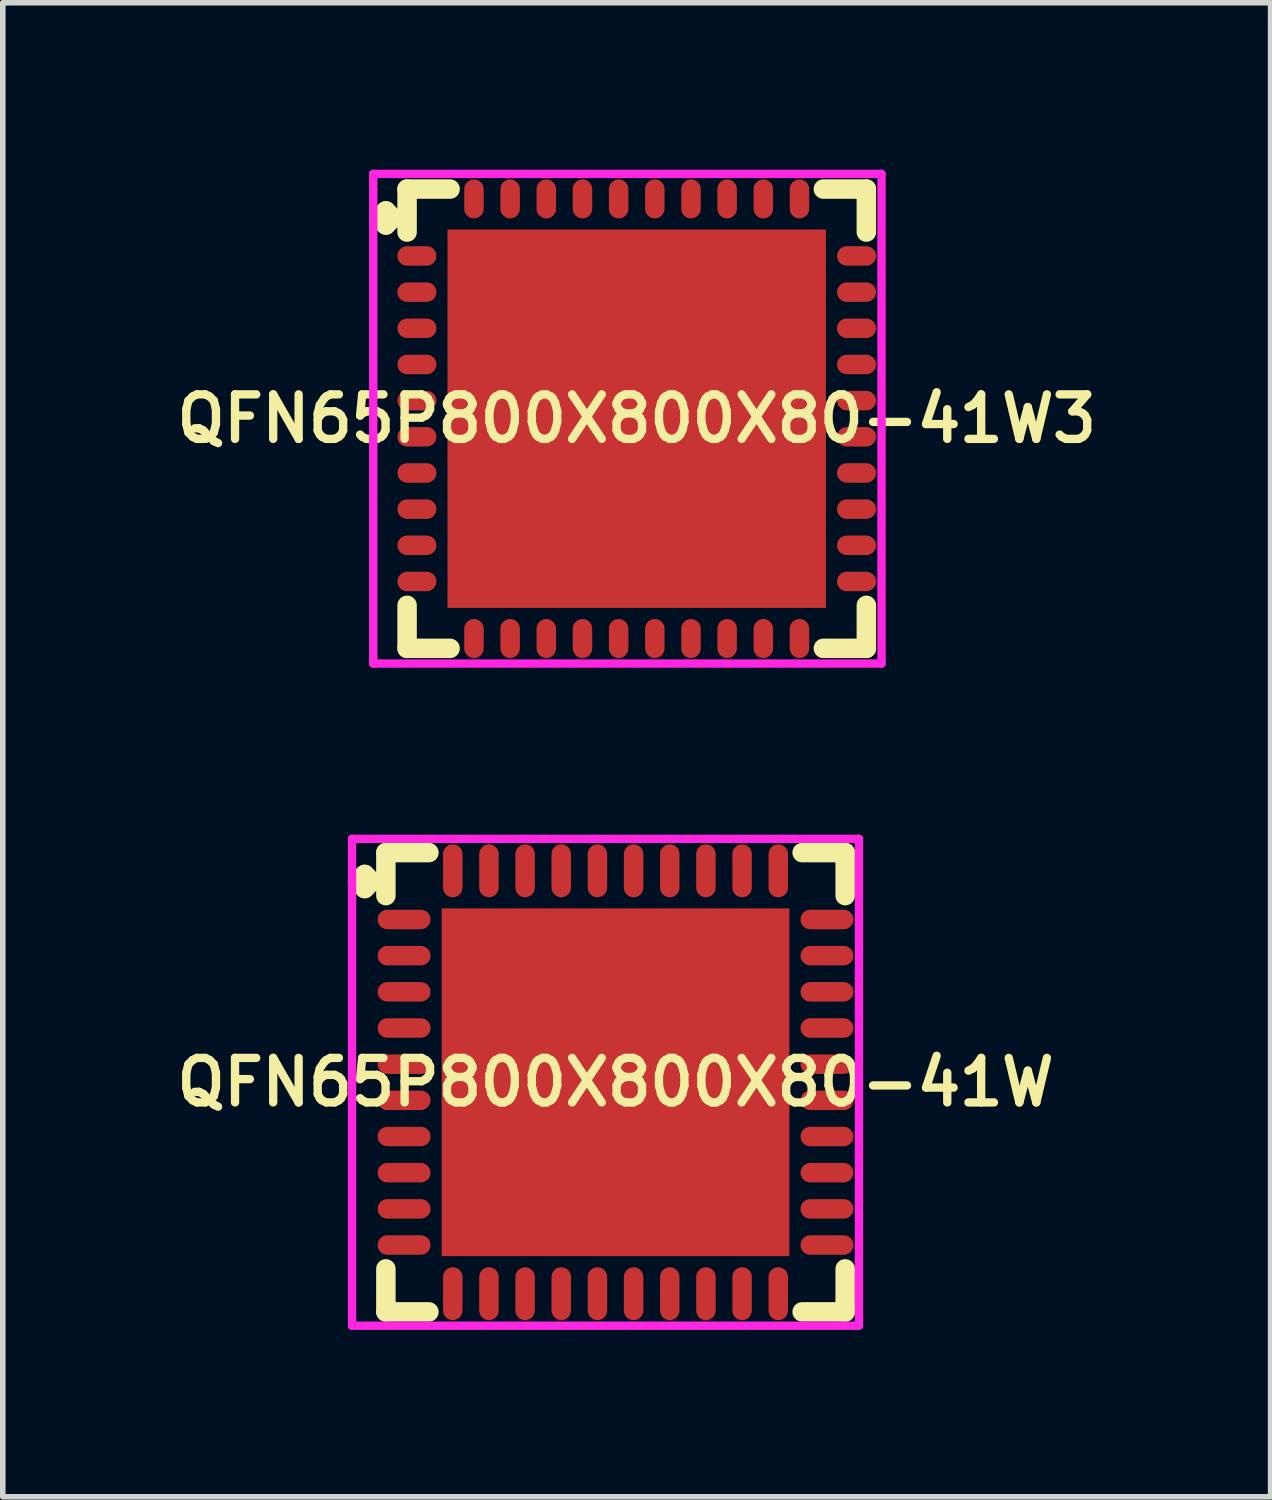
<source format=kicad_pcb>
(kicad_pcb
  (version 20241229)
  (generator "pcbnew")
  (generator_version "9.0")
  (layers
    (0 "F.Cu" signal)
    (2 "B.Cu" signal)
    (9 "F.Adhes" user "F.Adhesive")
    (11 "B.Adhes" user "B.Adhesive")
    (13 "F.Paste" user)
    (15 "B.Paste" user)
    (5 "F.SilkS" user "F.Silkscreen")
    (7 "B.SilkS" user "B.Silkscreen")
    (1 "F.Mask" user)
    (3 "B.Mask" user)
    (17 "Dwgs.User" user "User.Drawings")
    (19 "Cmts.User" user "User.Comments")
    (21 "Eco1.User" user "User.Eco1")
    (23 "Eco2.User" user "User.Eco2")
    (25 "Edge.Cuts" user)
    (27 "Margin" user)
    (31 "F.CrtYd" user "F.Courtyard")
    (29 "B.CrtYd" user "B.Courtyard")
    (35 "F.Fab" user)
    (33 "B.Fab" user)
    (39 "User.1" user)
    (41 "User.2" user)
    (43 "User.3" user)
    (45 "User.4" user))
  (footprint "QFN65P800X800X80-41W"
    (layer "F.Cu")
    (at 8.012 16.4)
    (property "Reference" "QFN65P800X800X80-41W" (at 0 0 0) (layer "F.SilkS") (effects (font (size 0.8 0.8) (thickness 0.15))))
    (attr smd)
    (fp_line (start -4.635 -3.608) (end -4.508 -3.735) (stroke (width 0.35) (type solid)) (layer "F.SilkS"))
    (fp_line (start -4.508 -3.735) (end -4.381 -3.608) (stroke (width 0.35) (type solid)) (layer "F.SilkS"))
    (fp_line (start -4.508 -3.481) (end -4.635 -3.608) (stroke (width 0.35) (type solid)) (layer "F.SilkS"))
    (fp_line (start -4.381 -3.608) (end -4.508 -3.481) (stroke (width 0.35) (type solid)) (layer "F.SilkS"))
    (fp_line (start -4.127 -4.127) (end -3.354 -4.127) (stroke (width 0.35) (type solid)) (layer "F.SilkS"))
    (fp_line (start -4.127 -3.354) (end -4.127 -4.127) (stroke (width 0.35) (type solid)) (layer "F.SilkS"))
    (fp_line (start -4.127 3.354) (end -4.127 4.127) (stroke (width 0.35) (type solid)) (layer "F.SilkS"))
    (fp_line (start -4.127 4.127) (end -3.354 4.127) (stroke (width 0.35) (type solid)) (layer "F.SilkS"))
    (fp_line (start 3.354 -4.127) (end 4.127 -4.127) (stroke (width 0.35) (type solid)) (layer "F.SilkS"))
    (fp_line (start 3.354 4.127) (end 4.127 4.127) (stroke (width 0.35) (type solid)) (layer "F.SilkS"))
    (fp_line (start 4.127 -4.127) (end 4.127 -3.354) (stroke (width 0.35) (type solid)) (layer "F.SilkS"))
    (fp_line (start 4.127 4.127) (end 4.127 3.354) (stroke (width 0.35) (type solid)) (layer "F.SilkS"))
    (fp_line (start -4.735 -4.375) (end 4.375 -4.375) (stroke (width 0.15) (type solid)) (layer "F.CrtYd"))
    (fp_line (start -4.735 4.375) (end -4.735 -4.375) (stroke (width 0.15) (type solid)) (layer "F.CrtYd"))
    (fp_line (start 4.375 -4.375) (end 4.375 4.375) (stroke (width 0.15) (type solid)) (layer "F.CrtYd"))
    (fp_line (start 4.375 4.375) (end -4.735 4.375) (stroke (width 0.15) (type solid)) (layer "F.CrtYd"))
    (pad "1" smd oval (at -3.8 -2.925) (size 0.95 0.35) (layers "F.Cu" "F.Mask" "F.Paste"))
    (pad "2" smd oval (at -3.8 -2.275) (size 0.95 0.35) (layers "F.Cu" "F.Mask" "F.Paste"))
    (pad "3" smd oval (at -3.8 -1.625) (size 0.95 0.35) (layers "F.Cu" "F.Mask" "F.Paste"))
    (pad "4" smd oval (at -3.8 -0.975) (size 0.95 0.35) (layers "F.Cu" "F.Mask" "F.Paste"))
    (pad "5" smd oval (at -3.8 -0.325) (size 0.95 0.35) (layers "F.Cu" "F.Mask" "F.Paste"))
    (pad "6" smd oval (at -3.8 0.325) (size 0.95 0.35) (layers "F.Cu" "F.Mask" "F.Paste"))
    (pad "7" smd oval (at -3.8 0.975) (size 0.95 0.35) (layers "F.Cu" "F.Mask" "F.Paste"))
    (pad "8" smd oval (at -3.8 1.625) (size 0.95 0.35) (layers "F.Cu" "F.Mask" "F.Paste"))
    (pad "9" smd oval (at -3.8 2.275) (size 0.95 0.35) (layers "F.Cu" "F.Mask" "F.Paste"))
    (pad "10" smd oval (at -3.8 2.925) (size 0.95 0.35) (layers "F.Cu" "F.Mask" "F.Paste"))
    (pad "11" smd oval (at -2.925 3.8) (size 0.35 0.95) (layers "F.Cu" "F.Mask" "F.Paste"))
    (pad "12" smd oval (at -2.275 3.8) (size 0.35 0.95) (layers "F.Cu" "F.Mask" "F.Paste"))
    (pad "13" smd oval (at -1.625 3.8) (size 0.35 0.95) (layers "F.Cu" "F.Mask" "F.Paste"))
    (pad "14" smd oval (at -0.975 3.8) (size 0.35 0.95) (layers "F.Cu" "F.Mask" "F.Paste"))
    (pad "15" smd oval (at -0.325 3.8) (size 0.35 0.95) (layers "F.Cu" "F.Mask" "F.Paste"))
    (pad "16" smd oval (at 0.325 3.8) (size 0.35 0.95) (layers "F.Cu" "F.Mask" "F.Paste"))
    (pad "17" smd oval (at 0.975 3.8) (size 0.35 0.95) (layers "F.Cu" "F.Mask" "F.Paste"))
    (pad "18" smd oval (at 1.625 3.8) (size 0.35 0.95) (layers "F.Cu" "F.Mask" "F.Paste"))
    (pad "19" smd oval (at 2.275 3.8) (size 0.35 0.95) (layers "F.Cu" "F.Mask" "F.Paste"))
    (pad "20" smd oval (at 2.925 3.8) (size 0.35 0.95) (layers "F.Cu" "F.Mask" "F.Paste"))
    (pad "21" smd oval (at 3.8 2.925) (size 0.95 0.35) (layers "F.Cu" "F.Mask" "F.Paste"))
    (pad "22" smd oval (at 3.8 2.275) (size 0.95 0.35) (layers "F.Cu" "F.Mask" "F.Paste"))
    (pad "23" smd oval (at 3.8 1.625) (size 0.95 0.35) (layers "F.Cu" "F.Mask" "F.Paste"))
    (pad "24" smd oval (at 3.8 0.975) (size 0.95 0.35) (layers "F.Cu" "F.Mask" "F.Paste"))
    (pad "25" smd oval (at 3.8 0.325) (size 0.95 0.35) (layers "F.Cu" "F.Mask" "F.Paste"))
    (pad "26" smd oval (at 3.8 -0.325) (size 0.95 0.35) (layers "F.Cu" "F.Mask" "F.Paste"))
    (pad "27" smd oval (at 3.8 -0.975) (size 0.95 0.35) (layers "F.Cu" "F.Mask" "F.Paste"))
    (pad "28" smd oval (at 3.8 -1.625) (size 0.95 0.35) (layers "F.Cu" "F.Mask" "F.Paste"))
    (pad "29" smd oval (at 3.8 -2.275) (size 0.95 0.35) (layers "F.Cu" "F.Mask" "F.Paste"))
    (pad "30" smd oval (at 3.8 -2.925) (size 0.95 0.35) (layers "F.Cu" "F.Mask" "F.Paste"))
    (pad "31" smd oval (at 2.925 -3.8) (size 0.35 0.95) (layers "F.Cu" "F.Mask" "F.Paste"))
    (pad "32" smd oval (at 2.275 -3.8) (size 0.35 0.95) (layers "F.Cu" "F.Mask" "F.Paste"))
    (pad "33" smd oval (at 1.625 -3.8) (size 0.35 0.95) (layers "F.Cu" "F.Mask" "F.Paste"))
    (pad "34" smd oval (at 0.975 -3.8) (size 0.35 0.95) (layers "F.Cu" "F.Mask" "F.Paste"))
    (pad "35" smd oval (at 0.325 -3.8) (size 0.35 0.95) (layers "F.Cu" "F.Mask" "F.Paste"))
    (pad "36" smd oval (at -0.325 -3.8) (size 0.35 0.95) (layers "F.Cu" "F.Mask" "F.Paste"))
    (pad "37" smd oval (at -0.975 -3.8) (size 0.35 0.95) (layers "F.Cu" "F.Mask" "F.Paste"))
    (pad "38" smd oval (at -1.625 -3.8) (size 0.35 0.95) (layers "F.Cu" "F.Mask" "F.Paste"))
    (pad "39" smd oval (at -2.275 -3.8) (size 0.35 0.95) (layers "F.Cu" "F.Mask" "F.Paste"))
    (pad "40" smd oval (at -2.925 -3.8) (size 0.35 0.95) (layers "F.Cu" "F.Mask" "F.Paste"))
    (pad "41" smd rect (at 0 0) (size 6.25 6.25) (layers "F.Cu" "F.Mask" "F.Paste")))
  (footprint "QFN65P800X800X80-41W3"
    (layer "F.Cu")
    (at 8.393 4.475)
    (property "Reference" "QFN65P800X800X80-41W3" (at 0 0 0) (layer "F.SilkS") (effects (font (size 0.8 0.8) (thickness 0.15))))
    (attr smd)
    (fp_line (start -4.635 -3.608) (end -4.508 -3.735) (stroke (width 0.35) (type solid)) (layer "F.SilkS"))
    (fp_line (start -4.508 -3.735) (end -4.381 -3.608) (stroke (width 0.35) (type solid)) (layer "F.SilkS"))
    (fp_line (start -4.508 -3.481) (end -4.635 -3.608) (stroke (width 0.35) (type solid)) (layer "F.SilkS"))
    (fp_line (start -4.381 -3.608) (end -4.508 -3.481) (stroke (width 0.35) (type solid)) (layer "F.SilkS"))
    (fp_line (start -4.127 -4.127) (end -3.354 -4.127) (stroke (width 0.35) (type solid)) (layer "F.SilkS"))
    (fp_line (start -4.127 -3.354) (end -4.127 -4.127) (stroke (width 0.35) (type solid)) (layer "F.SilkS"))
    (fp_line (start -4.127 3.354) (end -4.127 4.127) (stroke (width 0.35) (type solid)) (layer "F.SilkS"))
    (fp_line (start -4.127 4.127) (end -3.354 4.127) (stroke (width 0.35) (type solid)) (layer "F.SilkS"))
    (fp_line (start 3.354 -4.127) (end 4.127 -4.127) (stroke (width 0.35) (type solid)) (layer "F.SilkS"))
    (fp_line (start 3.354 4.127) (end 4.127 4.127) (stroke (width 0.35) (type solid)) (layer "F.SilkS"))
    (fp_line (start 4.127 -4.127) (end 4.127 -3.354) (stroke (width 0.35) (type solid)) (layer "F.SilkS"))
    (fp_line (start 4.127 4.127) (end 4.127 3.354) (stroke (width 0.35) (type solid)) (layer "F.SilkS"))
    (fp_line (start -4.735 -4.4) (end 4.4 -4.4) (stroke (width 0.15) (type solid)) (layer "F.CrtYd"))
    (fp_line (start -4.735 4.4) (end -4.735 -4.4) (stroke (width 0.15) (type solid)) (layer "F.CrtYd"))
    (fp_line (start 4.4 -4.4) (end 4.4 4.4) (stroke (width 0.15) (type solid)) (layer "F.CrtYd"))
    (fp_line (start 4.4 4.4) (end -4.735 4.4) (stroke (width 0.15) (type solid)) (layer "F.CrtYd"))
    (pad "1" smd oval (at -3.95 -2.925) (size 0.7 0.35) (layers "F.Cu" "F.Mask" "F.Paste"))
    (pad "2" smd oval (at -3.95 -2.275) (size 0.7 0.35) (layers "F.Cu" "F.Mask" "F.Paste"))
    (pad "3" smd oval (at -3.95 -1.625) (size 0.7 0.35) (layers "F.Cu" "F.Mask" "F.Paste"))
    (pad "4" smd oval (at -3.95 -0.975) (size 0.7 0.35) (layers "F.Cu" "F.Mask" "F.Paste"))
    (pad "5" smd oval (at -3.95 -0.325) (size 0.7 0.35) (layers "F.Cu" "F.Mask" "F.Paste"))
    (pad "6" smd oval (at -3.95 0.325) (size 0.7 0.35) (layers "F.Cu" "F.Mask" "F.Paste"))
    (pad "7" smd oval (at -3.95 0.975) (size 0.7 0.35) (layers "F.Cu" "F.Mask" "F.Paste"))
    (pad "8" smd oval (at -3.95 1.625) (size 0.7 0.35) (layers "F.Cu" "F.Mask" "F.Paste"))
    (pad "9" smd oval (at -3.95 2.275) (size 0.7 0.35) (layers "F.Cu" "F.Mask" "F.Paste"))
    (pad "10" smd oval (at -3.95 2.925) (size 0.7 0.35) (layers "F.Cu" "F.Mask" "F.Paste"))
    (pad "11" smd oval (at -2.925 3.95) (size 0.35 0.7) (layers "F.Cu" "F.Mask" "F.Paste"))
    (pad "12" smd oval (at -2.275 3.95) (size 0.35 0.7) (layers "F.Cu" "F.Mask" "F.Paste"))
    (pad "13" smd oval (at -1.625 3.95) (size 0.35 0.7) (layers "F.Cu" "F.Mask" "F.Paste"))
    (pad "14" smd oval (at -0.975 3.95) (size 0.35 0.7) (layers "F.Cu" "F.Mask" "F.Paste"))
    (pad "15" smd oval (at -0.325 3.95) (size 0.35 0.7) (layers "F.Cu" "F.Mask" "F.Paste"))
    (pad "16" smd oval (at 0.325 3.95) (size 0.35 0.7) (layers "F.Cu" "F.Mask" "F.Paste"))
    (pad "17" smd oval (at 0.975 3.95) (size 0.35 0.7) (layers "F.Cu" "F.Mask" "F.Paste"))
    (pad "18" smd oval (at 1.625 3.95) (size 0.35 0.7) (layers "F.Cu" "F.Mask" "F.Paste"))
    (pad "19" smd oval (at 2.275 3.95) (size 0.35 0.7) (layers "F.Cu" "F.Mask" "F.Paste"))
    (pad "20" smd oval (at 2.925 3.95) (size 0.35 0.7) (layers "F.Cu" "F.Mask" "F.Paste"))
    (pad "21" smd oval (at 3.95 2.925) (size 0.7 0.35) (layers "F.Cu" "F.Mask" "F.Paste"))
    (pad "22" smd oval (at 3.95 2.275) (size 0.7 0.35) (layers "F.Cu" "F.Mask" "F.Paste"))
    (pad "23" smd oval (at 3.95 1.625) (size 0.7 0.35) (layers "F.Cu" "F.Mask" "F.Paste"))
    (pad "24" smd oval (at 3.95 0.975) (size 0.7 0.35) (layers "F.Cu" "F.Mask" "F.Paste"))
    (pad "25" smd oval (at 3.95 0.325) (size 0.7 0.35) (layers "F.Cu" "F.Mask" "F.Paste"))
    (pad "26" smd oval (at 3.95 -0.325) (size 0.7 0.35) (layers "F.Cu" "F.Mask" "F.Paste"))
    (pad "27" smd oval (at 3.95 -0.975) (size 0.7 0.35) (layers "F.Cu" "F.Mask" "F.Paste"))
    (pad "28" smd oval (at 3.95 -1.625) (size 0.7 0.35) (layers "F.Cu" "F.Mask" "F.Paste"))
    (pad "29" smd oval (at 3.95 -2.275) (size 0.7 0.35) (layers "F.Cu" "F.Mask" "F.Paste"))
    (pad "30" smd oval (at 3.95 -2.925) (size 0.7 0.35) (layers "F.Cu" "F.Mask" "F.Paste"))
    (pad "31" smd oval (at 2.925 -3.95) (size 0.35 0.7) (layers "F.Cu" "F.Mask" "F.Paste"))
    (pad "32" smd oval (at 2.275 -3.95) (size 0.35 0.7) (layers "F.Cu" "F.Mask" "F.Paste"))
    (pad "33" smd oval (at 1.625 -3.95) (size 0.35 0.7) (layers "F.Cu" "F.Mask" "F.Paste"))
    (pad "34" smd oval (at 0.975 -3.95) (size 0.35 0.7) (layers "F.Cu" "F.Mask" "F.Paste"))
    (pad "35" smd oval (at 0.325 -3.95) (size 0.35 0.7) (layers "F.Cu" "F.Mask" "F.Paste"))
    (pad "36" smd oval (at -0.325 -3.95) (size 0.35 0.7) (layers "F.Cu" "F.Mask" "F.Paste"))
    (pad "37" smd oval (at -0.975 -3.95) (size 0.35 0.7) (layers "F.Cu" "F.Mask" "F.Paste"))
    (pad "38" smd oval (at -1.625 -3.95) (size 0.35 0.7) (layers "F.Cu" "F.Mask" "F.Paste"))
    (pad "39" smd oval (at -2.275 -3.95) (size 0.35 0.7) (layers "F.Cu" "F.Mask" "F.Paste"))
    (pad "40" smd oval (at -2.925 -3.95) (size 0.35 0.7) (layers "F.Cu" "F.Mask" "F.Paste"))
    (pad "41" smd rect (at 0 0) (size 6.8 6.8) (layers "F.Cu" "F.Mask" "F.Paste")))
  (gr_rect
    (start -3 -3)
    (end 19.785 23.85)
    (stroke (width 0.1) (type default))
    (fill no)
    (layer "Edge.Cuts")))
</source>
